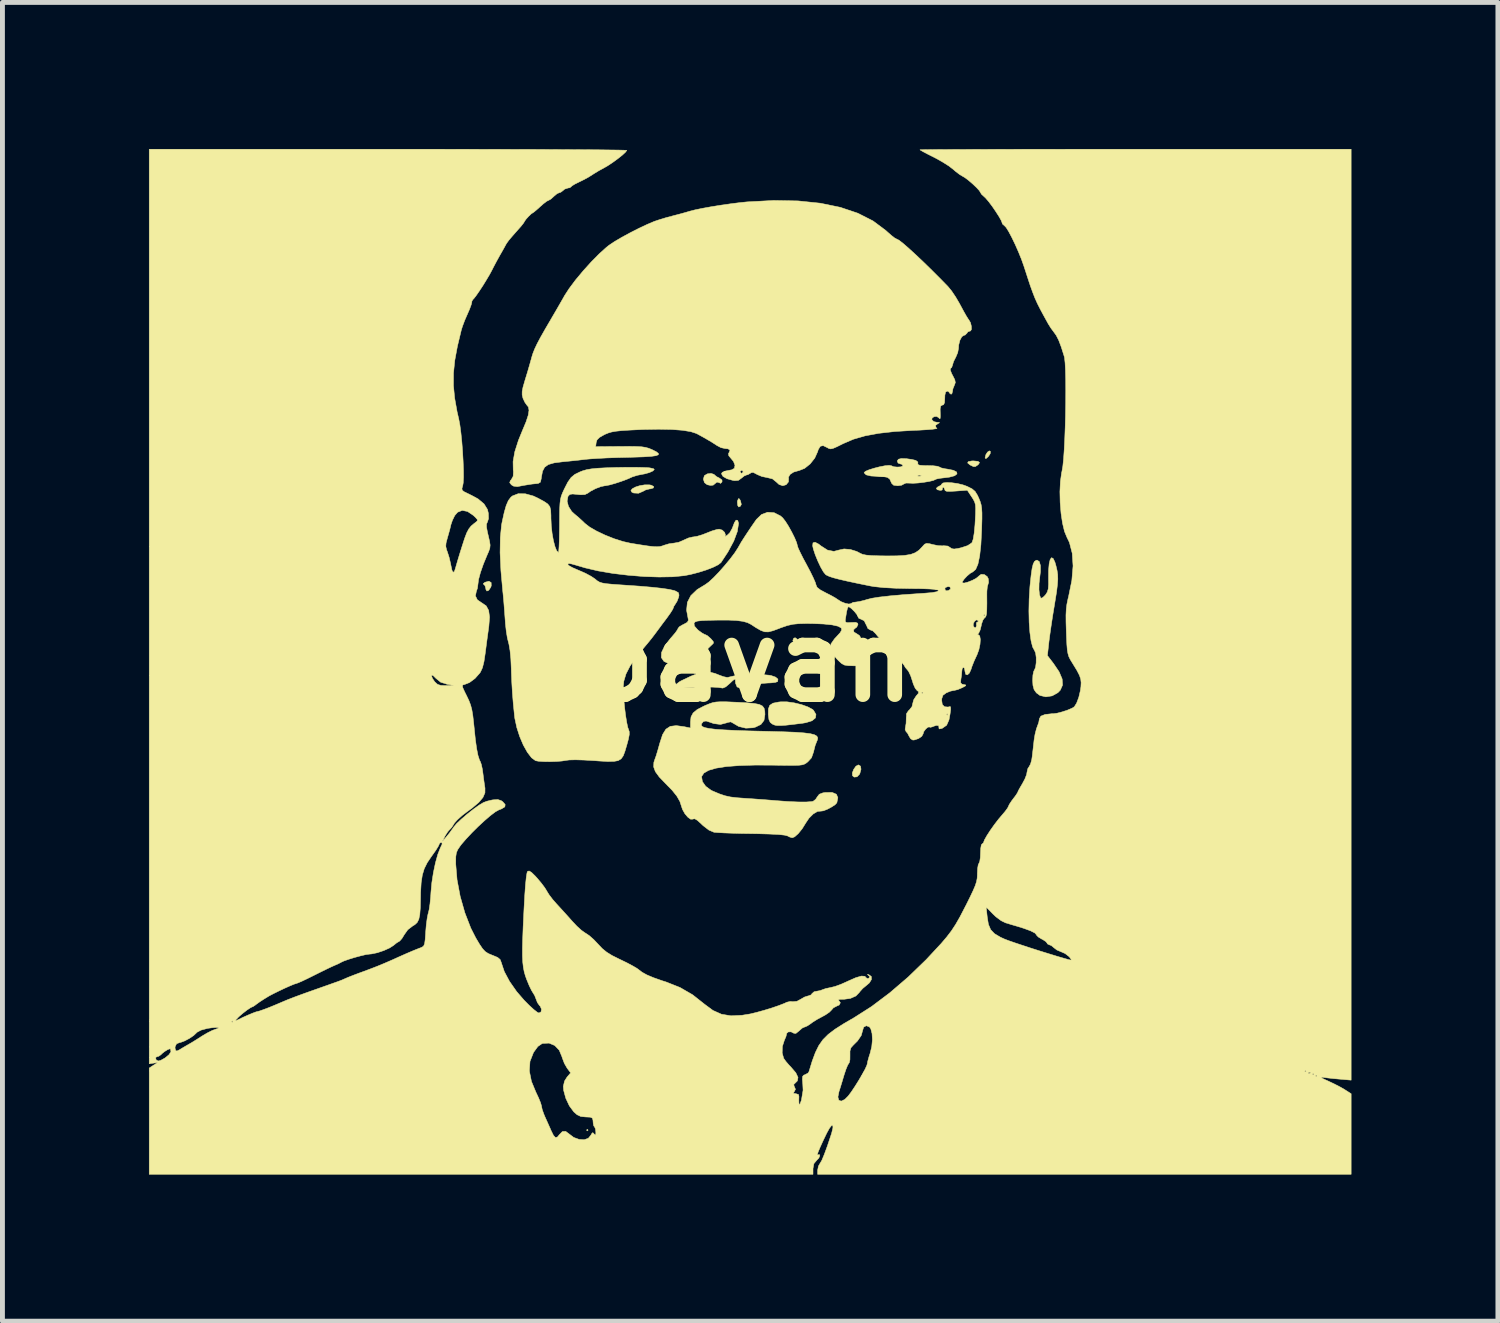
<source format=kicad_pcb>
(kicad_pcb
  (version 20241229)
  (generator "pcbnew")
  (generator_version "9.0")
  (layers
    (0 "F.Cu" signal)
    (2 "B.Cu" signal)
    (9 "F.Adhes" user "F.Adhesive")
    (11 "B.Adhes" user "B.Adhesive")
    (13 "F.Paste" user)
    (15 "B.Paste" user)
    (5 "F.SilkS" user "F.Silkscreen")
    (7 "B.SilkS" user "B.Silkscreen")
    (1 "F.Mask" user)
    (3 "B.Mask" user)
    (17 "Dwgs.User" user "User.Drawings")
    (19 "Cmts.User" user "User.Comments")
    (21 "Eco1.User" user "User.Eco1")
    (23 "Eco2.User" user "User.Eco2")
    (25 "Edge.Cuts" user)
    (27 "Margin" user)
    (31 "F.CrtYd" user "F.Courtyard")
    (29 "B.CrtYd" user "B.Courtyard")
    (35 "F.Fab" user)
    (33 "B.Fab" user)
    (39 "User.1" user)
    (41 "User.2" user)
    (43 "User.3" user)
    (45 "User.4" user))
  (footprint "pavan"
    (layer "F.Cu")
    (at 12.292 10.482)
    (property "Reference" "pavan" (at 0 0 0) (layer "F.SilkS") (effects (font (size 1.524 1.524) (thickness 0.3))))
    (attr through_hole)
    (fp_poly (pts (xy -3.302 9.604) (xy -3.318 9.62) (xy -3.334 9.604) (xy -3.318 9.588) (xy -3.302 9.604)) (stroke (width 0.01) (type solid)) (fill yes) (layer "F.SilkS"))
    (fp_poly (pts (xy 0.975 -0.45) (xy 0.984 -0.413) (xy 0.968 -0.357) (xy 0.929 -0.356) (xy 0.91 -0.37) (xy 0.889 -0.421) (xy 0.907 -0.466) (xy 0.937 -0.476) (xy 0.975 -0.45)) (stroke (width 0.01) (type solid)) (fill yes) (layer "F.SilkS"))
    (fp_poly (pts (xy -0.198 -3.309) (xy -0.182 -3.277) (xy -0.165 -3.206) (xy -0.184 -3.169) (xy -0.219 -3.153) (xy -0.24 -3.186) (xy -0.247 -3.26) (xy -0.238 -3.294) (xy -0.218 -3.328) (xy -0.198 -3.309)) (stroke (width 0.01) (type solid)) (fill yes) (layer "F.SilkS"))
    (fp_poly (pts (xy 4.934 -4.291) (xy 4.93 -4.245) (xy 4.891 -4.185) (xy 4.845 -4.144) (xy 4.827 -4.152) (xy 4.826 -4.163) (xy 4.841 -4.224) (xy 4.874 -4.276) (xy 4.912 -4.302) (xy 4.934 -4.291)) (stroke (width 0.01) (type solid)) (fill yes) (layer "F.SilkS"))
    (fp_poly (pts (xy -5.287 -1.606) (xy -5.285 -1.54) (xy -5.295 -1.51) (xy -5.337 -1.447) (xy -5.375 -1.432) (xy -5.396 -1.469) (xy -5.397 -1.49) (xy -5.415 -1.546) (xy -5.437 -1.564) (xy -5.448 -1.585) (xy -5.412 -1.612) (xy -5.333 -1.633) (xy -5.287 -1.606)) (stroke (width 0.01) (type solid)) (fill yes) (layer "F.SilkS"))
    (fp_poly (pts (xy 2.274 2.152) (xy 2.285 2.216) (xy 2.262 2.301) (xy 2.253 2.32) (xy 2.203 2.371) (xy 2.145 2.377) (xy 2.111 2.349) (xy 2.107 2.292) (xy 2.135 2.219) (xy 2.18 2.155) (xy 2.229 2.127) (xy 2.23 2.127) (xy 2.274 2.152)) (stroke (width 0.01) (type solid)) (fill yes) (layer "F.SilkS"))
    (fp_poly (pts (xy 4.68 -4.087) (xy 4.712 -4.061) (xy 4.684 -4.02) (xy 4.675 -4.013) (xy 4.627 -3.981) (xy 4.588 -3.979) (xy 4.528 -4.008) (xy 4.517 -4.014) (xy 4.468 -4.054) (xy 4.48 -4.081) (xy 4.551 -4.095) (xy 4.588 -4.096) (xy 4.68 -4.087)) (stroke (width 0.01) (type solid)) (fill yes) (layer "F.SilkS"))
    (fp_poly (pts (xy -2.048 -3.606) (xy -2.009 -3.599) (xy -1.959 -3.572) (xy -1.965 -3.543) (xy -2.02 -3.525) (xy -2.042 -3.523) (xy -2.123 -3.503) (xy -2.173 -3.476) (xy -2.269 -3.434) (xy -2.369 -3.439) (xy -2.406 -3.456) (xy -2.426 -3.49) (xy -2.396 -3.527) (xy -2.33 -3.562) (xy -2.241 -3.59) (xy -2.143 -3.606) (xy -2.048 -3.606)) (stroke (width 0.01) (type solid)) (fill yes) (layer "F.SilkS"))
    (fp_poly (pts (xy -0.724 -3.82) (xy -0.713 -3.808) (xy -0.669 -3.772) (xy -0.617 -3.746) (xy -0.561 -3.706) (xy -0.56 -3.667) (xy -0.589 -3.636) (xy -0.619 -3.651) (xy -0.665 -3.663) (xy -0.698 -3.636) (xy -0.741 -3.6) (xy -0.798 -3.595) (xy -0.864 -3.609) (xy -0.92 -3.652) (xy -0.942 -3.723) (xy -0.922 -3.793) (xy -0.919 -3.796) (xy -0.861 -3.831) (xy -0.785 -3.84) (xy -0.724 -3.82)) (stroke (width 0.01) (type solid)) (fill yes) (layer "F.SilkS"))
    (fp_poly (pts (xy 0.768 0.836) (xy 0.916 0.857) (xy 1.066 0.893) (xy 1.197 0.94) (xy 1.292 0.991) (xy 1.313 1.01) (xy 1.363 1.095) (xy 1.352 1.166) (xy 1.283 1.223) (xy 1.156 1.263) (xy 1.084 1.275) (xy 0.888 1.299) (xy 0.744 1.315) (xy 0.642 1.322) (xy 0.571 1.322) (xy 0.521 1.313) (xy 0.481 1.297) (xy 0.476 1.295) (xy 0.427 1.258) (xy 0.4 1.2) (xy 0.388 1.103) (xy 0.387 1.092) (xy 0.389 0.979) (xy 0.417 0.907) (xy 0.482 0.864) (xy 0.596 0.841) (xy 0.641 0.836) (xy 0.768 0.836)) (stroke (width 0.01) (type solid)) (fill yes) (layer "F.SilkS"))
    (fp_poly (pts (xy -0.815 0.227) (xy -0.703 0.255) (xy -0.626 0.286) (xy -0.534 0.32) (xy -0.462 0.336) (xy -0.44 0.335) (xy -0.308 0.304) (xy -0.136 0.284) (xy 0.055 0.274) (xy 0.242 0.276) (xy 0.402 0.291) (xy 0.444 0.298) (xy 0.536 0.33) (xy 0.584 0.372) (xy 0.579 0.417) (xy 0.574 0.423) (xy 0.53 0.438) (xy 0.443 0.448) (xy 0.371 0.451) (xy 0.247 0.46) (xy 0.184 0.486) (xy 0.178 0.496) (xy 0.139 0.523) (xy 0.11 0.519) (xy 0.049 0.516) (xy -0.04 0.533) (xy -0.065 0.54) (xy -0.178 0.56) (xy -0.252 0.531) (xy -0.284 0.454) (xy -0.286 0.423) (xy -0.288 0.381) (xy -0.304 0.373) (xy -0.343 0.403) (xy -0.402 0.459) (xy -0.484 0.529) (xy -0.544 0.555) (xy -0.585 0.549) (xy -0.643 0.541) (xy -0.748 0.535) (xy -0.881 0.533) (xy -1.026 0.534) (xy -1.165 0.539) (xy -1.28 0.546) (xy -1.333 0.552) (xy -1.419 0.556) (xy -1.47 0.55) (xy -1.514 0.521) (xy -1.5 0.478) (xy -1.431 0.425) (xy -1.395 0.405) (xy -1.203 0.313) (xy -1.052 0.254) (xy -0.926 0.226) (xy -0.815 0.227)) (stroke (width 0.01) (type solid)) (fill yes) (layer "F.SilkS"))
    (fp_poly (pts (xy 6.219 -2.098) (xy 6.255 -2.023) (xy 6.276 -1.95) (xy 6.298 -1.857) (xy 6.311 -1.77) (xy 6.314 -1.676) (xy 6.306 -1.564) (xy 6.289 -1.42) (xy 6.259 -1.233) (xy 6.24 -1.116) (xy 6.208 -0.923) (xy 6.178 -0.725) (xy 6.152 -0.545) (xy 6.133 -0.401) (xy 6.131 -0.381) (xy 6.101 -0.111) (xy 6.223 0.048) (xy 6.341 0.222) (xy 6.403 0.369) (xy 6.411 0.493) (xy 6.365 0.597) (xy 6.316 0.648) (xy 6.198 0.714) (xy 6.069 0.734) (xy 5.949 0.706) (xy 5.875 0.652) (xy 5.828 0.585) (xy 5.805 0.499) (xy 5.799 0.399) (xy 5.804 0.291) (xy 5.821 0.211) (xy 5.835 0.185) (xy 5.859 0.128) (xy 5.871 0.035) (xy 5.872 -0.07) (xy 5.86 -0.162) (xy 5.838 -0.213) (xy 5.798 -0.287) (xy 5.766 -0.414) (xy 5.742 -0.586) (xy 5.727 -0.791) (xy 5.722 -1.022) (xy 5.727 -1.269) (xy 5.743 -1.522) (xy 5.746 -1.554) (xy 5.767 -1.751) (xy 5.787 -1.892) (xy 5.81 -1.986) (xy 5.838 -2.04) (xy 5.873 -2.062) (xy 5.89 -2.064) (xy 5.935 -2.035) (xy 5.958 -1.954) (xy 5.958 -1.828) (xy 5.945 -1.723) (xy 5.93 -1.588) (xy 5.928 -1.46) (xy 5.939 -1.357) (xy 5.961 -1.294) (xy 5.97 -1.285) (xy 6.004 -1.297) (xy 6.055 -1.346) (xy 6.063 -1.355) (xy 6.098 -1.41) (xy 6.118 -1.476) (xy 6.125 -1.572) (xy 6.124 -1.681) (xy 6.125 -1.858) (xy 6.137 -1.992) (xy 6.158 -2.079) (xy 6.186 -2.115) (xy 6.219 -2.098)) (stroke (width 0.01) (type solid)) (fill yes) (layer "F.SilkS"))
    (fp_poly (pts (xy 3.211 -4.142) (xy 3.329 -4.125) (xy 3.407 -4.106) (xy 3.449 -4.073) (xy 3.448 -4.045) (xy 3.451 -4.021) (xy 3.49 -4.007) (xy 3.575 -4.001) (xy 3.65 -4) (xy 3.762 -3.997) (xy 3.847 -3.987) (xy 3.886 -3.973) (xy 3.887 -3.973) (xy 3.926 -3.953) (xy 4.006 -3.935) (xy 4.05 -3.929) (xy 4.176 -3.904) (xy 4.243 -3.869) (xy 4.25 -3.83) (xy 4.201 -3.792) (xy 4.096 -3.764) (xy 4.01 -3.753) (xy 3.908 -3.741) (xy 3.835 -3.727) (xy 3.81 -3.717) (xy 3.768 -3.697) (xy 3.681 -3.676) (xy 3.57 -3.658) (xy 3.453 -3.644) (xy 3.349 -3.638) (xy 3.282 -3.641) (xy 3.205 -3.643) (xy 3.161 -3.623) (xy 3.161 -3.623) (xy 3.117 -3.599) (xy 3.04 -3.588) (xy 3.032 -3.588) (xy 2.952 -3.599) (xy 2.911 -3.639) (xy 2.903 -3.659) (xy 2.873 -3.724) (xy 2.824 -3.76) (xy 2.739 -3.775) (xy 2.651 -3.778) (xy 2.512 -3.786) (xy 3.443 -3.786) (xy 3.474 -3.781) (xy 3.515 -3.787) (xy 3.516 -3.797) (xy 3.473 -3.805) (xy 3.455 -3.8) (xy 3.443 -3.786) (xy 2.512 -3.786) (xy 2.49 -3.787) (xy 2.39 -3.811) (xy 2.35 -3.851) (xy 2.349 -3.858) (xy 2.378 -3.884) (xy 2.452 -3.915) (xy 2.555 -3.947) (xy 2.668 -3.976) (xy 2.776 -3.997) (xy 2.86 -4.005) (xy 2.904 -3.998) (xy 2.952 -3.977) (xy 3.025 -3.97) (xy 3.096 -3.974) (xy 3.139 -3.991) (xy 3.143 -4) (xy 3.118 -4.029) (xy 3.097 -4.032) (xy 3.043 -4.052) (xy 3.027 -4.095) (xy 3.052 -4.131) (xy 3.112 -4.145) (xy 3.211 -4.142)) (stroke (width 0.01) (type solid)) (fill yes) (layer "F.SilkS"))
    (fp_poly (pts (xy -0.484 0.835) (xy -0.325 0.842) (xy -0.249 0.845) (xy -0.046 0.856) (xy 0.102 0.87) (xy 0.203 0.89) (xy 0.267 0.922) (xy 0.301 0.967) (xy 0.315 1.031) (xy 0.318 1.095) (xy 0.299 1.216) (xy 0.236 1.299) (xy 0.123 1.354) (xy 0.074 1.367) (xy -0.073 1.375) (xy -0.219 1.34) (xy -0.326 1.277) (xy -0.381 1.246) (xy -0.446 1.258) (xy -0.462 1.265) (xy -0.592 1.299) (xy -0.731 1.281) (xy -0.801 1.256) (xy -0.885 1.229) (xy -0.936 1.236) (xy -0.948 1.246) (xy -0.978 1.283) (xy -0.985 1.315) (xy -0.965 1.342) (xy -0.912 1.364) (xy -0.824 1.382) (xy -0.695 1.398) (xy -0.522 1.41) (xy -0.299 1.421) (xy -0.023 1.431) (xy 0.311 1.439) (xy 0.429 1.442) (xy 0.715 1.45) (xy 0.943 1.459) (xy 1.118 1.472) (xy 1.246 1.488) (xy 1.332 1.51) (xy 1.381 1.539) (xy 1.399 1.575) (xy 1.391 1.619) (xy 1.38 1.643) (xy 1.345 1.733) (xy 1.318 1.841) (xy 1.315 1.857) (xy 1.271 1.982) (xy 1.196 2.064) (xy 1.16 2.092) (xy 1.125 2.112) (xy 1.08 2.126) (xy 1.016 2.134) (xy 0.922 2.137) (xy 0.789 2.137) (xy 0.607 2.135) (xy 0.509 2.133) (xy 0.122 2.131) (xy -0.205 2.141) (xy -0.472 2.161) (xy -0.681 2.194) (xy -0.833 2.238) (xy -0.931 2.294) (xy -0.976 2.362) (xy -0.978 2.373) (xy -0.962 2.47) (xy -0.895 2.565) (xy -0.787 2.645) (xy -0.75 2.663) (xy -0.612 2.721) (xy -0.499 2.759) (xy -0.385 2.784) (xy -0.249 2.8) (xy -0.111 2.81) (xy 0.067 2.822) (xy 0.274 2.837) (xy 0.476 2.853) (xy 0.556 2.86) (xy 0.792 2.877) (xy 0.996 2.886) (xy 1.158 2.887) (xy 1.271 2.879) (xy 1.305 2.872) (xy 1.356 2.833) (xy 1.39 2.781) (xy 1.431 2.728) (xy 1.504 2.7) (xy 1.561 2.691) (xy 1.697 2.692) (xy 1.781 2.728) (xy 1.811 2.799) (xy 1.79 2.903) (xy 1.753 2.943) (xy 1.679 2.991) (xy 1.592 3.037) (xy 1.514 3.067) (xy 1.469 3.073) (xy 1.395 3.079) (xy 1.307 3.131) (xy 1.219 3.219) (xy 1.157 3.311) (xy 1.08 3.435) (xy 0.999 3.535) (xy 0.925 3.6) (xy 0.876 3.619) (xy 0.823 3.603) (xy 0.778 3.58) (xy 0.718 3.565) (xy 0.595 3.552) (xy 0.41 3.543) (xy 0.164 3.536) (xy 0.048 3.534) (xy -0.159 3.531) (xy -0.35 3.526) (xy -0.515 3.52) (xy -0.641 3.513) (xy -0.718 3.507) (xy -0.728 3.505) (xy -0.829 3.462) (xy -0.945 3.373) (xy -0.976 3.344) (xy -1.061 3.265) (xy -1.117 3.231) (xy -1.154 3.235) (xy -1.158 3.238) (xy -1.203 3.239) (xy -1.261 3.197) (xy -1.321 3.126) (xy -1.369 3.04) (xy -1.386 2.99) (xy -1.423 2.876) (xy -1.485 2.767) (xy -1.58 2.648) (xy -1.716 2.509) (xy -1.845 2.375) (xy -1.925 2.265) (xy -1.96 2.169) (xy -1.956 2.076) (xy -1.937 2.018) (xy -1.909 1.94) (xy -1.874 1.824) (xy -1.837 1.692) (xy -1.831 1.672) (xy -1.777 1.506) (xy -1.71 1.397) (xy -1.62 1.338) (xy -1.497 1.323) (xy -1.331 1.346) (xy -1.326 1.347) (xy -1.206 1.372) (xy -1.206 1.245) (xy -1.195 1.144) (xy -1.152 1.064) (xy -1.07 0.995) (xy -0.937 0.926) (xy -0.9 0.909) (xy -0.82 0.876) (xy -0.753 0.853) (xy -0.684 0.84) (xy -0.599 0.835) (xy -0.484 0.835)) (stroke (width 0.01) (type solid)) (fill yes) (layer "F.SilkS"))
    (fp_poly (pts (xy -2.189 -3.962) (xy -2.081 -3.958) (xy -2.036 -3.953) (xy -1.964 -3.937) (xy -1.947 -3.92) (xy -1.975 -3.892) (xy -1.981 -3.888) (xy -2.049 -3.857) (xy -2.147 -3.83) (xy -2.187 -3.823) (xy -2.296 -3.801) (xy -2.392 -3.771) (xy -2.415 -3.761) (xy -2.508 -3.72) (xy -2.629 -3.675) (xy -2.755 -3.634) (xy -2.868 -3.603) (xy -2.946 -3.588) (xy -2.955 -3.588) (xy -3.039 -3.571) (xy -3.148 -3.53) (xy -3.253 -3.475) (xy -3.309 -3.435) (xy -3.368 -3.407) (xy -3.46 -3.403) (xy -3.522 -3.41) (xy -3.619 -3.419) (xy -3.673 -3.411) (xy -3.706 -3.381) (xy -3.715 -3.365) (xy -3.732 -3.272) (xy -3.704 -3.164) (xy -3.638 -3.061) (xy -3.582 -3.009) (xy -3.5 -2.941) (xy -3.406 -2.855) (xy -3.37 -2.819) (xy -3.271 -2.742) (xy -3.127 -2.659) (xy -2.954 -2.577) (xy -2.768 -2.503) (xy -2.585 -2.445) (xy -2.435 -2.411) (xy -2.232 -2.378) (xy -2.08 -2.355) (xy -1.97 -2.342) (xy -1.891 -2.339) (xy -1.832 -2.343) (xy -1.784 -2.355) (xy -1.751 -2.368) (xy -1.647 -2.399) (xy -1.546 -2.413) (xy -1.544 -2.413) (xy -1.448 -2.43) (xy -1.349 -2.472) (xy -1.341 -2.477) (xy -1.246 -2.519) (xy -1.155 -2.54) (xy -1.146 -2.54) (xy -1.068 -2.553) (xy -0.96 -2.586) (xy -0.876 -2.619) (xy -0.767 -2.662) (xy -0.67 -2.691) (xy -0.619 -2.699) (xy -0.555 -2.679) (xy -0.507 -2.633) (xy -0.49 -2.58) (xy -0.501 -2.556) (xy -0.497 -2.551) (xy -0.458 -2.571) (xy -0.402 -2.624) (xy -0.352 -2.714) (xy -0.306 -2.834) (xy -0.273 -2.884) (xy -0.239 -2.877) (xy -0.222 -2.819) (xy -0.222 -2.816) (xy -0.247 -2.651) (xy -0.32 -2.455) (xy -0.439 -2.233) (xy -0.582 -2.015) (xy -0.639 -1.97) (xy -0.744 -1.918) (xy -0.883 -1.864) (xy -1.042 -1.814) (xy -1.205 -1.772) (xy -1.333 -1.747) (xy -1.568 -1.724) (xy -1.847 -1.719) (xy -2.155 -1.729) (xy -2.476 -1.755) (xy -2.795 -1.793) (xy -3.095 -1.844) (xy -3.36 -1.906) (xy -3.418 -1.923) (xy -3.554 -1.963) (xy -3.64 -1.987) (xy -3.688 -1.996) (xy -3.709 -1.993) (xy -3.715 -1.978) (xy -3.715 -1.971) (xy -3.687 -1.947) (xy -3.615 -1.908) (xy -3.511 -1.863) (xy -3.485 -1.852) (xy -3.357 -1.796) (xy -3.24 -1.733) (xy -3.157 -1.677) (xy -3.154 -1.674) (xy -3.113 -1.64) (xy -3.07 -1.615) (xy -3.014 -1.597) (xy -2.935 -1.583) (xy -2.82 -1.572) (xy -2.659 -1.56) (xy -2.567 -1.554) (xy -2.251 -1.532) (xy -1.994 -1.51) (xy -1.794 -1.488) (xy -1.645 -1.466) (xy -1.543 -1.443) (xy -1.515 -1.433) (xy -1.454 -1.399) (xy -1.441 -1.35) (xy -1.448 -1.31) (xy -1.479 -1.226) (xy -1.512 -1.172) (xy -1.548 -1.117) (xy -1.556 -1.09) (xy -1.574 -1.051) (xy -1.621 -0.977) (xy -1.688 -0.883) (xy -1.697 -0.871) (xy -1.783 -0.757) (xy -1.867 -0.643) (xy -1.928 -0.561) (xy -2 -0.466) (xy -2.09 -0.355) (xy -2.144 -0.291) (xy -2.317 -0.08) (xy -2.443 0.103) (xy -2.526 0.264) (xy -2.571 0.413) (xy -2.582 0.521) (xy -2.58 0.646) (xy -2.57 0.797) (xy -2.554 0.96) (xy -2.534 1.118) (xy -2.512 1.255) (xy -2.491 1.357) (xy -2.476 1.398) (xy -2.46 1.446) (xy -2.46 1.511) (xy -2.479 1.607) (xy -2.509 1.717) (xy -2.547 1.846) (xy -2.582 1.94) (xy -2.626 2.003) (xy -2.688 2.04) (xy -2.778 2.056) (xy -2.907 2.057) (xy -3.085 2.047) (xy -3.178 2.04) (xy -3.387 2.028) (xy -3.559 2.023) (xy -3.687 2.026) (xy -3.757 2.035) (xy -3.837 2.048) (xy -3.953 2.057) (xy -4.086 2.061) (xy -4.215 2.059) (xy -4.32 2.052) (xy -4.378 2.041) (xy -4.46 1.981) (xy -4.545 1.87) (xy -4.628 1.722) (xy -4.702 1.548) (xy -4.762 1.362) (xy -4.802 1.176) (xy -4.81 1.111) (xy -4.835 0.861) (xy -4.852 0.648) (xy -4.864 0.447) (xy -4.873 0.231) (xy -4.875 0.158) (xy -4.884 -0.045) (xy -4.901 -0.217) (xy -4.923 -0.345) (xy -4.933 -0.382) (xy -4.956 -0.477) (xy -4.978 -0.613) (xy -4.995 -0.767) (xy -5 -0.841) (xy -5.013 -1.018) (xy -5.028 -1.211) (xy -5.044 -1.384) (xy -5.049 -1.429) (xy -5.087 -1.849) (xy -5.104 -2.217) (xy -5.099 -2.529) (xy -5.074 -2.785) (xy -5.063 -2.842) (xy -5.02 -3.039) (xy -4.979 -3.183) (xy -4.935 -3.284) (xy -4.884 -3.352) (xy -4.851 -3.379) (xy -4.735 -3.424) (xy -4.588 -3.423) (xy -4.424 -3.378) (xy -4.328 -3.333) (xy -4.206 -3.267) (xy -4.128 -3.214) (xy -4.086 -3.16) (xy -4.068 -3.088) (xy -4.063 -2.981) (xy -4.063 -2.925) (xy -4.056 -2.77) (xy -4.039 -2.612) (xy -4.013 -2.467) (xy -3.981 -2.345) (xy -3.947 -2.259) (xy -3.913 -2.223) (xy -3.909 -2.223) (xy -3.903 -2.253) (xy -3.897 -2.336) (xy -3.892 -2.462) (xy -3.889 -2.622) (xy -3.887 -2.77) (xy -3.886 -2.969) (xy -3.884 -3.117) (xy -3.878 -3.226) (xy -3.868 -3.307) (xy -3.852 -3.374) (xy -3.827 -3.439) (xy -3.793 -3.513) (xy -3.788 -3.524) (xy -3.717 -3.662) (xy -3.651 -3.756) (xy -3.574 -3.82) (xy -3.469 -3.871) (xy -3.413 -3.893) (xy -3.334 -3.916) (xy -3.236 -3.933) (xy -3.109 -3.946) (xy -2.94 -3.955) (xy -2.72 -3.962) (xy -2.702 -3.962) (xy -2.512 -3.965) (xy -2.337 -3.965) (xy -2.189 -3.962)) (stroke (width 0.01) (type solid)) (fill yes) (layer "F.SilkS"))
    (fp_poly (pts (xy 0.996 -9.419) (xy 1.451 -9.372) (xy 1.86 -9.288) (xy 2.22 -9.167) (xy 2.531 -9.009) (xy 2.792 -8.814) (xy 2.816 -8.792) (xy 2.903 -8.715) (xy 2.975 -8.659) (xy 3.019 -8.636) (xy 3.02 -8.636) (xy 3.063 -8.614) (xy 3.144 -8.551) (xy 3.257 -8.453) (xy 3.397 -8.325) (xy 3.558 -8.173) (xy 3.734 -8.001) (xy 3.92 -7.815) (xy 4.065 -7.666) (xy 4.139 -7.576) (xy 4.223 -7.451) (xy 4.302 -7.316) (xy 4.318 -7.286) (xy 4.382 -7.167) (xy 4.439 -7.066) (xy 4.481 -6.999) (xy 4.491 -6.986) (xy 4.526 -6.927) (xy 4.544 -6.854) (xy 4.546 -6.79) (xy 4.527 -6.756) (xy 4.516 -6.755) (xy 4.471 -6.738) (xy 4.457 -6.715) (xy 4.416 -6.673) (xy 4.393 -6.668) (xy 4.349 -6.639) (xy 4.31 -6.567) (xy 4.285 -6.47) (xy 4.281 -6.403) (xy 4.265 -6.314) (xy 4.225 -6.219) (xy 4.221 -6.212) (xy 4.18 -6.131) (xy 4.16 -6.065) (xy 4.159 -6.059) (xy 4.14 -6.006) (xy 4.122 -5.994) (xy 4.111 -5.961) (xy 4.141 -5.882) (xy 4.16 -5.847) (xy 4.205 -5.758) (xy 4.216 -5.7) (xy 4.199 -5.652) (xy 4.198 -5.65) (xy 4.166 -5.572) (xy 4.159 -5.525) (xy 4.146 -5.473) (xy 4.128 -5.461) (xy 4.097 -5.485) (xy 4.096 -5.493) (xy 4.07 -5.521) (xy 4.048 -5.524) (xy 4.017 -5.506) (xy 4.002 -5.442) (xy 4 -5.382) (xy 3.995 -5.289) (xy 3.975 -5.246) (xy 3.95 -5.239) (xy 3.917 -5.221) (xy 3.905 -5.161) (xy 3.906 -5.12) (xy 3.909 -5.014) (xy 3.905 -4.964) (xy 3.891 -4.961) (xy 3.877 -4.98) (xy 3.833 -5.007) (xy 3.779 -5.001) (xy 3.739 -4.972) (xy 3.736 -4.936) (xy 3.777 -4.9) (xy 3.837 -4.887) (xy 3.89 -4.883) (xy 3.883 -4.871) (xy 3.863 -4.862) (xy 3.811 -4.824) (xy 3.819 -4.781) (xy 3.841 -4.763) (xy 3.823 -4.755) (xy 3.752 -4.745) (xy 3.636 -4.735) (xy 3.485 -4.726) (xy 3.359 -4.721) (xy 2.976 -4.698) (xy 2.648 -4.661) (xy 2.368 -4.609) (xy 2.129 -4.54) (xy 1.924 -4.452) (xy 1.913 -4.447) (xy 1.793 -4.387) (xy 1.715 -4.353) (xy 1.663 -4.342) (xy 1.623 -4.352) (xy 1.597 -4.367) (xy 1.51 -4.409) (xy 1.451 -4.396) (xy 1.409 -4.326) (xy 1.397 -4.285) (xy 1.338 -4.154) (xy 1.244 -4.035) (xy 1.131 -3.944) (xy 1.016 -3.898) (xy 1.009 -3.897) (xy 0.907 -3.868) (xy 0.833 -3.82) (xy 0.8 -3.763) (xy 0.803 -3.738) (xy 0.8 -3.667) (xy 0.752 -3.609) (xy 0.684 -3.588) (xy 0.608 -3.613) (xy 0.55 -3.666) (xy 0.472 -3.729) (xy 0.365 -3.755) (xy 0.257 -3.777) (xy 0.159 -3.818) (xy 0.149 -3.824) (xy 0.078 -3.861) (xy 0.033 -3.854) (xy 0.024 -3.846) (xy -0.032 -3.814) (xy -0.054 -3.81) (xy -0.105 -3.789) (xy -0.162 -3.744) (xy -0.225 -3.698) (xy -0.302 -3.692) (xy -0.34 -3.698) (xy -0.46 -3.732) (xy -0.541 -3.779) (xy -0.571 -3.832) (xy -0.572 -3.833) (xy -0.555 -3.863) (xy -0.53 -3.873) (xy -0.191 -3.873) (xy -0.166 -3.843) (xy -0.159 -3.842) (xy -0.128 -3.866) (xy -0.127 -3.873) (xy -0.151 -3.904) (xy -0.159 -3.905) (xy -0.19 -3.881) (xy -0.191 -3.873) (xy -0.53 -3.873) (xy -0.497 -3.887) (xy -0.389 -3.909) (xy -0.365 -3.912) (xy -0.308 -3.944) (xy -0.295 -4.007) (xy -0.326 -4.086) (xy -0.368 -4.137) (xy -0.422 -4.202) (xy -0.429 -4.246) (xy -0.417 -4.265) (xy -0.397 -4.315) (xy -0.436 -4.343) (xy -0.5 -4.35) (xy -0.582 -4.368) (xy -0.662 -4.41) (xy -0.767 -4.478) (xy -0.904 -4.559) (xy -1.049 -4.639) (xy -1.085 -4.658) (xy -1.199 -4.695) (xy -1.369 -4.723) (xy -1.591 -4.74) (xy -1.857 -4.745) (xy -2.163 -4.74) (xy -2.255 -4.736) (xy -2.462 -4.726) (xy -2.616 -4.716) (xy -2.731 -4.704) (xy -2.817 -4.689) (xy -2.886 -4.669) (xy -2.95 -4.643) (xy -2.969 -4.634) (xy -3.068 -4.578) (xy -3.12 -4.526) (xy -3.137 -4.472) (xy -3.147 -4.388) (xy -2.645 -4.392) (xy -2.451 -4.393) (xy -2.309 -4.391) (xy -2.205 -4.385) (xy -2.127 -4.373) (xy -2.062 -4.355) (xy -1.998 -4.329) (xy -1.987 -4.324) (xy -1.904 -4.282) (xy -1.862 -4.248) (xy -1.864 -4.222) (xy -1.913 -4.203) (xy -2.013 -4.189) (xy -2.168 -4.179) (xy -2.381 -4.172) (xy -2.5 -4.169) (xy -2.709 -4.164) (xy -2.917 -4.157) (xy -3.107 -4.147) (xy -3.262 -4.137) (xy -3.35 -4.129) (xy -3.51 -4.11) (xy -3.683 -4.092) (xy -3.826 -4.078) (xy -3.997 -4.056) (xy -4.115 -4.022) (xy -4.191 -3.968) (xy -4.235 -3.885) (xy -4.258 -3.764) (xy -4.262 -3.731) (xy -4.279 -3.661) (xy -4.323 -3.635) (xy -4.35 -3.632) (xy -4.452 -3.622) (xy -4.597 -3.599) (xy -4.752 -3.57) (xy -4.829 -3.58) (xy -4.873 -3.607) (xy -4.907 -3.651) (xy -4.895 -3.689) (xy -4.871 -3.718) (xy -4.836 -3.782) (xy -4.831 -3.876) (xy -4.835 -3.911) (xy -4.838 -4.083) (xy -4.803 -4.283) (xy -4.728 -4.518) (xy -4.649 -4.712) (xy -4.572 -4.896) (xy -4.527 -5.034) (xy -4.512 -5.133) (xy -4.525 -5.201) (xy -4.555 -5.237) (xy -4.595 -5.293) (xy -4.634 -5.376) (xy -4.637 -5.385) (xy -4.652 -5.448) (xy -4.652 -5.516) (xy -4.635 -5.605) (xy -4.598 -5.733) (xy -4.59 -5.76) (xy -4.544 -5.91) (xy -4.499 -6.065) (xy -4.463 -6.193) (xy -4.459 -6.21) (xy -4.433 -6.294) (xy -4.397 -6.386) (xy -4.346 -6.494) (xy -4.275 -6.628) (xy -4.179 -6.797) (xy -4.055 -7.009) (xy -4.036 -7.042) (xy -3.968 -7.158) (xy -3.885 -7.302) (xy -3.802 -7.447) (xy -3.786 -7.477) (xy -3.69 -7.625) (xy -3.559 -7.8) (xy -3.404 -7.986) (xy -3.239 -8.169) (xy -3.075 -8.335) (xy -2.927 -8.469) (xy -2.874 -8.511) (xy -2.765 -8.584) (xy -2.614 -8.673) (xy -2.439 -8.768) (xy -2.258 -8.86) (xy -2.088 -8.94) (xy -1.946 -9) (xy -1.937 -9.003) (xy -1.832 -9.038) (xy -1.696 -9.079) (xy -1.556 -9.116) (xy -1.556 -9.116) (xy -1.425 -9.15) (xy -1.306 -9.183) (xy -1.221 -9.208) (xy -1.217 -9.209) (xy -1.116 -9.235) (xy -0.967 -9.266) (xy -0.785 -9.299) (xy -0.586 -9.331) (xy -0.384 -9.36) (xy -0.194 -9.384) (xy -0.048 -9.399) (xy 0.496 -9.428) (xy 0.996 -9.419)) (stroke (width 0.01) (type solid)) (fill yes) (layer "F.SilkS"))
    (fp_poly (pts (xy 4.142 -3.649) (xy 4.259 -3.633) (xy 4.374 -3.605) (xy 4.454 -3.576) (xy 4.557 -3.525) (xy 4.621 -3.471) (xy 4.67 -3.391) (xy 4.697 -3.332) (xy 4.725 -3.263) (xy 4.744 -3.199) (xy 4.755 -3.127) (xy 4.761 -3.035) (xy 4.761 -2.909) (xy 4.756 -2.736) (xy 4.754 -2.669) (xy 4.739 -2.379) (xy 4.714 -2.151) (xy 4.679 -1.983) (xy 4.633 -1.876) (xy 4.577 -1.827) (xy 4.577 -1.827) (xy 4.521 -1.795) (xy 4.456 -1.74) (xy 4.398 -1.678) (xy 4.361 -1.625) (xy 4.359 -1.599) (xy 4.401 -1.596) (xy 4.476 -1.616) (xy 4.564 -1.651) (xy 4.642 -1.692) (xy 4.69 -1.731) (xy 4.694 -1.736) (xy 4.744 -1.774) (xy 4.811 -1.769) (xy 4.869 -1.727) (xy 4.891 -1.683) (xy 4.897 -1.61) (xy 4.885 -1.569) (xy 4.871 -1.52) (xy 4.862 -1.431) (xy 4.861 -1.363) (xy 4.862 -1.182) (xy 4.86 -1.055) (xy 4.855 -0.971) (xy 4.844 -0.92) (xy 4.827 -0.892) (xy 4.814 -0.883) (xy 4.781 -0.838) (xy 4.752 -0.755) (xy 4.746 -0.722) (xy 4.724 -0.634) (xy 4.696 -0.574) (xy 4.687 -0.564) (xy 4.671 -0.543) (xy 4.685 -0.54) (xy 4.716 -0.512) (xy 4.728 -0.441) (xy 4.721 -0.341) (xy 4.698 -0.231) (xy 4.659 -0.125) (xy 4.652 -0.111) (xy 4.599 0.004) (xy 4.554 0.118) (xy 4.539 0.167) (xy 4.504 0.247) (xy 4.463 0.284) (xy 4.429 0.274) (xy 4.413 0.213) (xy 4.413 0.206) (xy 4.402 0.147) (xy 4.381 0.127) (xy 4.357 0.154) (xy 4.35 0.202) (xy 4.343 0.291) (xy 4.33 0.374) (xy 4.324 0.443) (xy 4.348 0.473) (xy 4.386 0.482) (xy 4.43 0.491) (xy 4.427 0.507) (xy 4.373 0.538) (xy 4.353 0.548) (xy 4.266 0.585) (xy 4.193 0.603) (xy 4.185 0.603) (xy 4.114 0.618) (xy 4.031 0.652) (xy 3.963 0.701) (xy 3.939 0.769) (xy 3.937 0.808) (xy 3.949 0.892) (xy 3.99 0.933) (xy 4 0.937) (xy 4.068 0.943) (xy 4.099 0.934) (xy 4.118 0.938) (xy 4.121 0.987) (xy 4.108 1.085) (xy 4.086 1.206) (xy 4.038 1.315) (xy 3.948 1.378) (xy 3.94 1.381) (xy 3.886 1.391) (xy 3.878 1.368) (xy 3.881 1.359) (xy 3.874 1.324) (xy 3.827 1.318) (xy 3.762 1.34) (xy 3.752 1.346) (xy 3.705 1.358) (xy 3.691 1.352) (xy 3.656 1.354) (xy 3.61 1.392) (xy 3.57 1.446) (xy 3.556 1.492) (xy 3.529 1.542) (xy 3.462 1.588) (xy 3.379 1.616) (xy 3.347 1.619) (xy 3.302 1.593) (xy 3.271 1.543) (xy 3.236 1.476) (xy 3.207 1.445) (xy 3.188 1.4) (xy 3.195 1.355) (xy 3.208 1.276) (xy 3.211 1.177) (xy 3.211 1.169) (xy 3.217 1.095) (xy 4.032 1.095) (xy 4.048 1.111) (xy 4.064 1.095) (xy 4.048 1.079) (xy 4.032 1.095) (xy 3.217 1.095) (xy 3.218 1.075) (xy 3.259 1.015) (xy 3.273 1.005) (xy 3.329 0.934) (xy 3.342 0.876) (xy 3.363 0.796) (xy 3.414 0.716) (xy 3.415 0.715) (xy 3.462 0.66) (xy 3.463 0.651) (xy 3.524 0.651) (xy 3.54 0.667) (xy 3.556 0.651) (xy 3.54 0.635) (xy 3.524 0.651) (xy 3.463 0.651) (xy 3.466 0.629) (xy 3.434 0.606) (xy 3.395 0.559) (xy 3.356 0.472) (xy 3.336 0.407) (xy 3.301 0.301) (xy 3.259 0.213) (xy 3.234 0.181) (xy 3.19 0.13) (xy 3.175 0.101) (xy 3.154 0.07) (xy 3.098 0.003) (xy 3.014 -0.09) (xy 2.911 -0.199) (xy 2.902 -0.208) (xy 2.793 -0.324) (xy 2.695 -0.43) (xy 2.621 -0.514) (xy 2.581 -0.564) (xy 2.526 -0.617) (xy 2.477 -0.635) (xy 2.426 -0.665) (xy 2.404 -0.715) (xy 4.583 -0.715) (xy 4.614 -0.68) (xy 4.634 -0.682) (xy 4.651 -0.723) (xy 4.647 -0.747) (xy 4.649 -0.787) (xy 4.666 -0.794) (xy 4.687 -0.813) (xy 4.681 -0.829) (xy 4.648 -0.842) (xy 4.61 -0.814) (xy 4.583 -0.765) (xy 4.583 -0.715) (xy 2.404 -0.715) (xy 2.393 -0.738) (xy 2.35 -0.823) (xy 2.293 -0.852) (xy 2.238 -0.876) (xy 2.223 -0.906) (xy 2.208 -0.937) (xy 4.794 -0.937) (xy 4.81 -0.921) (xy 4.826 -0.937) (xy 4.81 -0.953) (xy 4.794 -0.937) (xy 2.208 -0.937) (xy 2.201 -0.951) (xy 2.15 -1.014) (xy 2.089 -1.074) (xy 2.039 -1.109) (xy 2.028 -1.111) (xy 2.009 -1.084) (xy 1.992 -1.016) (xy 1.99 -1.008) (xy 1.975 -0.915) (xy 1.963 -0.841) (xy 1.964 -0.802) (xy 1.993 -0.786) (xy 2.068 -0.787) (xy 2.088 -0.789) (xy 2.175 -0.79) (xy 2.215 -0.775) (xy 2.223 -0.748) (xy 2.197 -0.693) (xy 2.175 -0.678) (xy 2.132 -0.639) (xy 2.14 -0.592) (xy 2.191 -0.562) (xy 2.252 -0.522) (xy 2.273 -0.487) (xy 2.294 -0.43) (xy 2.332 -0.334) (xy 2.379 -0.221) (xy 2.381 -0.217) (xy 2.427 -0.106) (xy 2.449 -0.039) (xy 2.449 0.002) (xy 2.429 0.032) (xy 2.412 0.049) (xy 2.356 0.08) (xy 2.267 0.096) (xy 2.137 0.099) (xy 2.021 0.095) (xy 1.945 0.083) (xy 1.887 0.051) (xy 1.822 -0.009) (xy 1.786 -0.047) (xy 1.693 -0.162) (xy 1.654 -0.258) (xy 1.67 -0.35) (xy 1.741 -0.452) (xy 1.783 -0.497) (xy 1.857 -0.578) (xy 1.888 -0.63) (xy 1.885 -0.667) (xy 1.877 -0.678) (xy 1.815 -0.712) (xy 1.695 -0.739) (xy 1.523 -0.757) (xy 1.304 -0.766) (xy 1.173 -0.768) (xy 1.013 -0.764) (xy 0.89 -0.752) (xy 0.777 -0.726) (xy 0.648 -0.682) (xy 0.61 -0.667) (xy 0.484 -0.62) (xy 0.391 -0.596) (xy 0.313 -0.597) (xy 0.233 -0.626) (xy 0.131 -0.685) (xy 0.032 -0.75) (xy -0.04 -0.786) (xy -0.135 -0.812) (xy -0.262 -0.829) (xy -0.428 -0.837) (xy -0.644 -0.837) (xy -0.834 -0.833) (xy -0.974 -0.827) (xy -1.062 -0.817) (xy -1.111 -0.8) (xy -1.133 -0.773) (xy -1.134 -0.772) (xy -1.126 -0.716) (xy -1.063 -0.644) (xy -1.047 -0.629) (xy -0.973 -0.575) (xy -0.916 -0.543) (xy -0.904 -0.54) (xy -0.86 -0.518) (xy -0.8 -0.466) (xy -0.791 -0.458) (xy -0.742 -0.401) (xy -0.734 -0.368) (xy -0.765 -0.334) (xy -0.778 -0.323) (xy -0.839 -0.264) (xy -0.912 -0.184) (xy -0.93 -0.163) (xy -1.017 -0.073) (xy -1.118 0.012) (xy -1.135 0.023) (xy -1.207 0.066) (xy -1.274 0.088) (xy -1.361 0.093) (xy -1.468 0.087) (xy -1.638 0.06) (xy -1.749 0.008) (xy -1.803 -0.07) (xy -1.799 -0.174) (xy -1.737 -0.304) (xy -1.617 -0.461) (xy -1.583 -0.499) (xy -1.516 -0.578) (xy -1.472 -0.641) (xy -1.46 -0.668) (xy -1.434 -0.701) (xy -1.368 -0.74) (xy -1.348 -0.749) (xy -1.271 -0.792) (xy -1.248 -0.836) (xy -1.251 -0.85) (xy -1.286 -1.039) (xy -1.27 -1.2) (xy -1.199 -1.338) (xy -1.07 -1.462) (xy -0.898 -1.567) (xy -0.828 -1.618) (xy -0.731 -1.708) (xy -0.619 -1.825) (xy -0.503 -1.957) (xy -0.393 -2.09) (xy -0.3 -2.213) (xy -0.235 -2.314) (xy -0.233 -2.317) (xy -0.166 -2.435) (xy -0.076 -2.575) (xy 0.04 -2.749) (xy 0.142 -2.896) (xy 0.247 -2.998) (xy 0.372 -3.045) (xy 0.506 -3.036) (xy 0.636 -2.97) (xy 0.682 -2.93) (xy 0.735 -2.862) (xy 0.8 -2.76) (xy 0.866 -2.641) (xy 0.925 -2.523) (xy 0.967 -2.422) (xy 0.984 -2.356) (xy 0.984 -2.354) (xy 0.999 -2.31) (xy 1.039 -2.224) (xy 1.098 -2.106) (xy 1.171 -1.971) (xy 1.175 -1.963) (xy 1.248 -1.825) (xy 1.308 -1.702) (xy 1.349 -1.608) (xy 1.365 -1.555) (xy 1.365 -1.555) (xy 1.385 -1.508) (xy 1.451 -1.456) (xy 1.561 -1.397) (xy 1.669 -1.342) (xy 1.758 -1.292) (xy 1.807 -1.259) (xy 1.876 -1.215) (xy 1.959 -1.182) (xy 2.034 -1.166) (xy 2.079 -1.174) (xy 2.081 -1.177) (xy 2.124 -1.2) (xy 2.176 -1.206) (xy 2.251 -1.217) (xy 2.354 -1.242) (xy 2.401 -1.257) (xy 2.507 -1.284) (xy 2.664 -1.309) (xy 2.877 -1.333) (xy 3.147 -1.357) (xy 3.477 -1.38) (xy 3.58 -1.387) (xy 3.738 -1.4) (xy 3.837 -1.418) (xy 3.873 -1.44) (xy 3.873 -1.442) (xy 3.853 -1.456) (xy 3.789 -1.467) (xy 3.693 -1.474) (xy 4 -1.474) (xy 4.022 -1.439) (xy 4.068 -1.438) (xy 4.111 -1.467) (xy 4.12 -1.484) (xy 4.105 -1.516) (xy 4.067 -1.524) (xy 4.012 -1.504) (xy 4 -1.474) (xy 3.693 -1.474) (xy 3.675 -1.475) (xy 3.508 -1.481) (xy 3.294 -1.483) (xy 3.001 -1.489) (xy 2.755 -1.502) (xy 2.562 -1.522) (xy 2.477 -1.536) (xy 2.212 -1.59) (xy 2.002 -1.635) (xy 1.842 -1.672) (xy 1.723 -1.703) (xy 1.639 -1.73) (xy 1.584 -1.755) (xy 1.561 -1.769) (xy 1.515 -1.825) (xy 1.459 -1.923) (xy 1.401 -2.046) (xy 1.348 -2.175) (xy 1.309 -2.293) (xy 1.295 -2.358) (xy 1.302 -2.419) (xy 1.345 -2.431) (xy 1.418 -2.393) (xy 1.465 -2.356) (xy 1.599 -2.27) (xy 1.729 -2.244) (xy 1.836 -2.272) (xy 1.938 -2.294) (xy 2.067 -2.283) (xy 2.198 -2.242) (xy 2.27 -2.204) (xy 2.317 -2.183) (xy 2.39 -2.168) (xy 2.5 -2.158) (xy 2.656 -2.153) (xy 2.8 -2.151) (xy 3.016 -2.152) (xy 3.18 -2.162) (xy 3.303 -2.182) (xy 3.397 -2.217) (xy 3.472 -2.268) (xy 3.54 -2.339) (xy 3.543 -2.343) (xy 3.587 -2.391) (xy 3.629 -2.408) (xy 3.692 -2.4) (xy 3.757 -2.383) (xy 3.86 -2.362) (xy 3.949 -2.357) (xy 3.975 -2.36) (xy 4.062 -2.353) (xy 4.103 -2.327) (xy 4.142 -2.3) (xy 4.191 -2.292) (xy 4.269 -2.303) (xy 4.337 -2.319) (xy 4.468 -2.362) (xy 4.548 -2.415) (xy 4.559 -2.428) (xy 4.582 -2.496) (xy 4.602 -2.618) (xy 4.618 -2.785) (xy 4.622 -2.859) (xy 4.63 -3.016) (xy 4.632 -3.125) (xy 4.627 -3.2) (xy 4.611 -3.256) (xy 4.584 -3.309) (xy 4.551 -3.36) (xy 4.461 -3.496) (xy 4.231 -3.479) (xy 4.109 -3.472) (xy 4.039 -3.474) (xy 4.007 -3.488) (xy 4 -3.509) (xy 3.982 -3.551) (xy 3.967 -3.556) (xy 3.948 -3.537) (xy 3.953 -3.524) (xy 3.943 -3.499) (xy 3.909 -3.493) (xy 3.845 -3.506) (xy 3.827 -3.536) (xy 3.861 -3.567) (xy 3.873 -3.572) (xy 3.925 -3.6) (xy 3.937 -3.622) (xy 3.965 -3.645) (xy 4.039 -3.654) (xy 4.142 -3.649)) (stroke (width 0.01) (type solid)) (fill yes) (layer "F.SilkS"))
    (fp_poly (pts (xy -6.846 -10.477) (xy -6.312 -10.477) (xy -5.798 -10.476) (xy -5.309 -10.475) (xy -4.848 -10.474) (xy -4.418 -10.473) (xy -4.023 -10.471) (xy -3.666 -10.469) (xy -3.35 -10.467) (xy -3.08 -10.465) (xy -2.858 -10.462) (xy -2.687 -10.46) (xy -2.572 -10.457) (xy -2.515 -10.455) (xy -2.51 -10.454) (xy -2.536 -10.417) (xy -2.602 -10.356) (xy -2.694 -10.283) (xy -2.798 -10.207) (xy -2.902 -10.138) (xy -2.975 -10.096) (xy -3.083 -10.037) (xy -3.185 -9.975) (xy -3.223 -9.95) (xy -3.307 -9.898) (xy -3.419 -9.839) (xy -3.485 -9.807) (xy -3.574 -9.763) (xy -3.635 -9.725) (xy -3.651 -9.708) (xy -3.678 -9.688) (xy -3.711 -9.684) (xy -3.781 -9.661) (xy -3.81 -9.636) (xy -3.862 -9.596) (xy -3.89 -9.588) (xy -3.938 -9.567) (xy -4 -9.515) (xy -4.005 -9.51) (xy -4.065 -9.456) (xy -4.11 -9.431) (xy -4.113 -9.43) (xy -4.153 -9.41) (xy -4.221 -9.357) (xy -4.282 -9.303) (xy -4.358 -9.235) (xy -4.413 -9.189) (xy -4.433 -9.176) (xy -4.466 -9.155) (xy -4.518 -9.105) (xy -4.57 -9.048) (xy -4.601 -9.005) (xy -4.604 -8.998) (xy -4.624 -8.965) (xy -4.675 -8.9) (xy -4.739 -8.828) (xy -4.851 -8.701) (xy -4.928 -8.61) (xy -4.975 -8.544) (xy -4.995 -8.508) (xy -5.023 -8.456) (xy -5.071 -8.371) (xy -5.11 -8.303) (xy -5.177 -8.182) (xy -5.244 -8.055) (xy -5.271 -8.001) (xy -5.32 -7.91) (xy -5.386 -7.799) (xy -5.459 -7.68) (xy -5.533 -7.568) (xy -5.597 -7.476) (xy -5.643 -7.417) (xy -5.658 -7.403) (xy -5.681 -7.367) (xy -5.683 -7.344) (xy -5.696 -7.292) (xy -5.729 -7.202) (xy -5.773 -7.101) (xy -5.827 -6.977) (xy -5.873 -6.855) (xy -5.897 -6.779) (xy -5.977 -6.447) (xy -6.031 -6.157) (xy -6.058 -5.893) (xy -6.059 -5.639) (xy -6.034 -5.381) (xy -5.984 -5.101) (xy -5.95 -4.953) (xy -5.927 -4.831) (xy -5.906 -4.671) (xy -5.887 -4.486) (xy -5.872 -4.29) (xy -5.861 -4.095) (xy -5.854 -3.914) (xy -5.853 -3.759) (xy -5.859 -3.645) (xy -5.869 -3.589) (xy -5.885 -3.532) (xy -5.879 -3.495) (xy -5.837 -3.463) (xy -5.75 -3.421) (xy -5.738 -3.416) (xy -5.556 -3.319) (xy -5.433 -3.216) (xy -5.363 -3.103) (xy -5.344 -3.024) (xy -5.341 -2.914) (xy -5.364 -2.844) (xy -5.364 -2.844) (xy -5.382 -2.804) (xy -5.382 -2.74) (xy -5.363 -2.637) (xy -5.347 -2.57) (xy -5.32 -2.452) (xy -5.308 -2.373) (xy -5.314 -2.31) (xy -5.338 -2.24) (xy -5.365 -2.18) (xy -5.446 -1.984) (xy -5.507 -1.809) (xy -5.545 -1.667) (xy -5.556 -1.58) (xy -5.568 -1.489) (xy -5.59 -1.425) (xy -5.609 -1.333) (xy -5.569 -1.251) (xy -5.476 -1.188) (xy -5.475 -1.188) (xy -5.389 -1.129) (xy -5.338 -1.035) (xy -5.32 -0.898) (xy -5.334 -0.713) (xy -5.338 -0.683) (xy -5.357 -0.545) (xy -5.38 -0.375) (xy -5.402 -0.204) (xy -5.408 -0.159) (xy -5.434 0.014) (xy -5.465 0.138) (xy -5.505 0.225) (xy -5.518 0.245) (xy -5.618 0.358) (xy -5.73 0.441) (xy -5.831 0.481) (xy -5.864 0.489) (xy -5.876 0.508) (xy -5.866 0.551) (xy -5.831 0.628) (xy -5.788 0.714) (xy -5.741 0.813) (xy -5.707 0.903) (xy -5.682 0.999) (xy -5.662 1.118) (xy -5.644 1.278) (xy -5.635 1.365) (xy -5.61 1.608) (xy -5.584 1.794) (xy -5.557 1.931) (xy -5.527 2.025) (xy -5.505 2.068) (xy -5.487 2.122) (xy -5.467 2.215) (xy -5.455 2.302) (xy -5.439 2.427) (xy -5.422 2.546) (xy -5.413 2.603) (xy -5.414 2.699) (xy -5.455 2.794) (xy -5.54 2.895) (xy -5.676 3.01) (xy -5.774 3.081) (xy -5.884 3.165) (xy -5.977 3.249) (xy -6.038 3.317) (xy -6.048 3.333) (xy -6.093 3.405) (xy -6.135 3.451) (xy -6.136 3.451) (xy -6.175 3.495) (xy -6.223 3.569) (xy -6.233 3.588) (xy -6.291 3.699) (xy -6.207 3.604) (xy -6.132 3.511) (xy -6.058 3.408) (xy -6.049 3.394) (xy -5.991 3.326) (xy -5.895 3.236) (xy -5.777 3.135) (xy -5.652 3.036) (xy -5.535 2.952) (xy -5.445 2.898) (xy -5.373 2.871) (xy -5.274 2.847) (xy -5.252 2.843) (xy -5.152 2.836) (xy -5.08 2.86) (xy -5.049 2.882) (xy -5 2.939) (xy -5.007 2.986) (xy -5.075 3.028) (xy -5.133 3.05) (xy -5.201 3.088) (xy -5.301 3.164) (xy -5.421 3.267) (xy -5.552 3.388) (xy -5.682 3.517) (xy -5.801 3.644) (xy -5.899 3.758) (xy -5.924 3.792) (xy -5.972 3.863) (xy -5.999 3.927) (xy -6.011 4.007) (xy -6.012 4.125) (xy -6.012 4.157) (xy -5.985 4.479) (xy -5.921 4.819) (xy -5.825 5.156) (xy -5.704 5.468) (xy -5.603 5.667) (xy -5.524 5.8) (xy -5.463 5.89) (xy -5.408 5.949) (xy -5.346 5.989) (xy -5.265 6.023) (xy -5.251 6.028) (xy -5.154 6.069) (xy -5.103 6.112) (xy -5.079 6.174) (xy -5.079 6.176) (xy -5.018 6.358) (xy -4.911 6.559) (xy -4.765 6.768) (xy -4.612 6.945) (xy -4.508 7.05) (xy -4.415 7.135) (xy -4.344 7.19) (xy -4.309 7.207) (xy -4.266 7.184) (xy -4.256 7.13) (xy -4.281 7.07) (xy -4.299 7.051) (xy -4.34 6.993) (xy -4.365 6.928) (xy -4.397 6.846) (xy -4.429 6.795) (xy -4.461 6.742) (xy -4.506 6.65) (xy -4.553 6.536) (xy -4.558 6.525) (xy -4.588 6.441) (xy -4.611 6.359) (xy -4.628 6.269) (xy -4.64 6.165) (xy -4.646 6.038) (xy -4.646 5.881) (xy -4.641 5.686) (xy -4.632 5.445) (xy -4.618 5.15) (xy -4.614 5.069) (xy -4.599 4.798) (xy -4.584 4.585) (xy -4.568 4.431) (xy -4.553 4.337) (xy -4.541 4.307) (xy -4.509 4.299) (xy -4.461 4.328) (xy -4.386 4.401) (xy -4.346 4.445) (xy -4.261 4.546) (xy -4.189 4.642) (xy -4.145 4.714) (xy -4.145 4.715) (xy -4.1 4.787) (xy -4.027 4.883) (xy -3.948 4.973) (xy -3.846 5.084) (xy -3.729 5.213) (xy -3.626 5.329) (xy -3.532 5.429) (xy -3.438 5.514) (xy -3.362 5.568) (xy -3.354 5.572) (xy -3.279 5.622) (xy -3.186 5.704) (xy -3.098 5.797) (xy -3.012 5.888) (xy -2.922 5.961) (xy -2.811 6.03) (xy -2.66 6.105) (xy -2.641 6.114) (xy -2.507 6.179) (xy -2.389 6.242) (xy -2.303 6.292) (xy -2.271 6.316) (xy -2.197 6.372) (xy -2.1 6.426) (xy -1.967 6.482) (xy -1.789 6.545) (xy -1.706 6.571) (xy -1.421 6.684) (xy -1.163 6.833) (xy -0.914 7.03) (xy -0.746 7.154) (xy -0.571 7.232) (xy -0.377 7.264) (xy -0.151 7.253) (xy 0.016 7.226) (xy 0.148 7.194) (xy 0.303 7.151) (xy 0.463 7.102) (xy 0.608 7.052) (xy 0.721 7.008) (xy 0.766 6.986) (xy 0.838 6.97) (xy 0.888 6.975) (xy 0.973 6.967) (xy 1.049 6.926) (xy 1.128 6.88) (xy 1.197 6.858) (xy 1.202 6.858) (xy 1.262 6.836) (xy 1.281 6.81) (xy 1.324 6.772) (xy 1.366 6.763) (xy 1.452 6.747) (xy 1.492 6.731) (xy 1.563 6.706) (xy 1.659 6.686) (xy 1.668 6.684) (xy 1.754 6.663) (xy 1.872 6.62) (xy 1.998 6.564) (xy 2.012 6.557) (xy 2.177 6.484) (xy 2.294 6.45) (xy 2.365 6.455) (xy 2.388 6.483) (xy 2.42 6.503) (xy 2.442 6.495) (xy 2.467 6.467) (xy 2.44 6.439) (xy 2.415 6.417) (xy 2.445 6.422) (xy 2.496 6.459) (xy 2.499 6.519) (xy 2.456 6.59) (xy 2.4 6.638) (xy 2.32 6.704) (xy 2.26 6.771) (xy 2.251 6.785) (xy 2.18 6.858) (xy 2.067 6.908) (xy 1.934 6.926) (xy 1.905 6.925) (xy 1.841 6.927) (xy 1.822 6.939) (xy 1.826 6.944) (xy 1.862 6.997) (xy 1.838 7.043) (xy 1.794 7.062) (xy 1.72 7.1) (xy 1.684 7.142) (xy 1.637 7.19) (xy 1.555 7.246) (xy 1.5 7.276) (xy 1.392 7.334) (xy 1.293 7.396) (xy 1.26 7.421) (xy 1.189 7.469) (xy 1.135 7.493) (xy 1.13 7.493) (xy 1.083 7.514) (xy 1.022 7.567) (xy 1.016 7.573) (xy 0.951 7.625) (xy 0.908 7.62) (xy 0.854 7.592) (xy 0.796 7.594) (xy 0.763 7.623) (xy 0.762 7.632) (xy 0.748 7.69) (xy 0.715 7.767) (xy 0.675 7.891) (xy 0.671 8.025) (xy 0.702 8.135) (xy 0.746 8.197) (xy 0.815 8.277) (xy 0.847 8.31) (xy 0.95 8.43) (xy 0.995 8.525) (xy 0.982 8.597) (xy 0.952 8.627) (xy 0.908 8.67) (xy 0.917 8.711) (xy 0.923 8.718) (xy 0.943 8.769) (xy 0.921 8.811) (xy 0.9 8.847) (xy 0.933 8.858) (xy 0.951 8.858) (xy 1.006 8.876) (xy 1.014 8.914) (xy 1.012 8.99) (xy 1.014 9.049) (xy 1.021 9.085) (xy 1.036 9.069) (xy 1.063 8.997) (xy 1.066 8.985) (xy 1.076 8.926) (xy 1.812 8.926) (xy 1.83 8.992) (xy 1.88 9.011) (xy 1.953 8.976) (xy 2.023 8.906) (xy 2.086 8.822) (xy 2.16 8.711) (xy 2.237 8.588) (xy 2.293 8.493) (xy 11.589 8.493) (xy 11.605 8.509) (xy 11.62 8.493) (xy 11.605 8.477) (xy 11.589 8.493) (xy 2.293 8.493) (xy 2.309 8.465) (xy 2.311 8.461) (xy 11.525 8.461) (xy 11.541 8.477) (xy 11.557 8.461) (xy 11.541 8.445) (xy 11.525 8.461) (xy 2.311 8.461) (xy 2.331 8.424) (xy 11.441 8.424) (xy 11.445 8.443) (xy 11.462 8.445) (xy 11.488 8.434) (xy 11.483 8.424) (xy 11.445 8.421) (xy 11.441 8.424) (xy 2.331 8.424) (xy 2.346 8.398) (xy 11.367 8.398) (xy 11.382 8.414) (xy 11.398 8.398) (xy 11.382 8.382) (xy 11.367 8.398) (xy 2.346 8.398) (xy 2.368 8.358) (xy 2.404 8.279) (xy 2.413 8.248) (xy 2.423 8.194) (xy 2.448 8.103) (xy 2.472 8.029) (xy 2.505 7.895) (xy 2.518 7.756) (xy 2.511 7.628) (xy 2.485 7.53) (xy 2.457 7.49) (xy 2.393 7.467) (xy 2.339 7.496) (xy 2.318 7.564) (xy 2.29 7.666) (xy 2.213 7.779) (xy 2.129 7.862) (xy 2.079 7.918) (xy 2.059 7.985) (xy 2.059 8.073) (xy 2.058 8.164) (xy 2.044 8.225) (xy 2.035 8.237) (xy 2.011 8.276) (xy 1.977 8.359) (xy 1.94 8.47) (xy 1.935 8.486) (xy 1.897 8.614) (xy 1.861 8.732) (xy 1.835 8.813) (xy 1.834 8.815) (xy 1.812 8.926) (xy 1.076 8.926) (xy 1.099 8.787) (xy 1.093 8.664) (xy 1.085 8.562) (xy 1.089 8.506) (xy 1.112 8.479) (xy 1.14 8.469) (xy 1.199 8.437) (xy 1.219 8.409) (xy 1.286 8.19) (xy 1.351 8.015) (xy 1.421 7.873) (xy 1.505 7.753) (xy 1.613 7.645) (xy 1.751 7.54) (xy 1.93 7.426) (xy 2.142 7.303) (xy 2.501 7.074) (xy 2.873 6.794) (xy 3.25 6.471) (xy 3.621 6.112) (xy 3.928 5.782) (xy 4.04 5.65) (xy 4.135 5.526) (xy 4.221 5.395) (xy 4.31 5.24) (xy 4.411 5.045) (xy 4.416 5.036) (xy 4.847 5.036) (xy 4.869 5.241) (xy 4.893 5.391) (xy 4.939 5.5) (xy 5.018 5.583) (xy 5.141 5.656) (xy 5.225 5.694) (xy 5.306 5.725) (xy 5.43 5.768) (xy 5.586 5.82) (xy 5.762 5.878) (xy 5.947 5.937) (xy 6.128 5.993) (xy 6.294 6.044) (xy 6.434 6.085) (xy 6.536 6.114) (xy 6.586 6.124) (xy 6.587 6.107) (xy 6.552 6.06) (xy 6.542 6.05) (xy 6.463 5.989) (xy 6.381 5.953) (xy 6.294 5.916) (xy 6.237 5.872) (xy 6.18 5.825) (xy 6.139 5.81) (xy 6.1 5.791) (xy 6.096 5.778) (xy 6.07 5.745) (xy 6.006 5.703) (xy 5.985 5.693) (xy 5.914 5.65) (xy 5.876 5.61) (xy 5.874 5.602) (xy 5.843 5.568) (xy 5.756 5.524) (xy 5.617 5.473) (xy 5.485 5.432) (xy 5.368 5.398) (xy 5.25 5.362) (xy 5.247 5.362) (xy 5.153 5.316) (xy 5.047 5.237) (xy 4.988 5.181) (xy 4.847 5.036) (xy 4.416 5.036) (xy 4.428 5.013) (xy 4.517 4.834) (xy 4.581 4.699) (xy 4.624 4.598) (xy 4.65 4.517) (xy 4.663 4.447) (xy 4.667 4.375) (xy 4.667 4.351) (xy 4.672 4.247) (xy 4.685 4.171) (xy 4.699 4.143) (xy 4.716 4.103) (xy 4.728 4.02) (xy 4.731 3.935) (xy 4.736 3.834) (xy 4.748 3.766) (xy 4.763 3.747) (xy 4.793 3.722) (xy 4.794 3.713) (xy 4.813 3.662) (xy 4.862 3.575) (xy 4.932 3.467) (xy 5.015 3.35) (xy 5.101 3.238) (xy 5.164 3.164) (xy 5.235 3.08) (xy 5.285 3.012) (xy 5.302 2.978) (xy 5.321 2.936) (xy 5.367 2.866) (xy 5.397 2.826) (xy 5.453 2.752) (xy 5.487 2.7) (xy 5.493 2.687) (xy 5.508 2.652) (xy 5.548 2.58) (xy 5.588 2.513) (xy 5.641 2.413) (xy 5.676 2.322) (xy 5.683 2.278) (xy 5.7 2.203) (xy 5.727 2.162) (xy 5.755 2.111) (xy 5.78 2.022) (xy 5.789 1.96) (xy 5.805 1.824) (xy 5.822 1.675) (xy 5.828 1.619) (xy 5.848 1.499) (xy 5.876 1.389) (xy 5.892 1.345) (xy 5.924 1.257) (xy 5.937 1.184) (xy 5.937 1.182) (xy 5.967 1.129) (xy 6.053 1.095) (xy 6.188 1.08) (xy 6.219 1.08) (xy 6.299 1.069) (xy 6.406 1.041) (xy 6.517 1.004) (xy 6.608 0.965) (xy 6.652 0.937) (xy 6.699 0.862) (xy 6.743 0.745) (xy 6.775 0.61) (xy 6.787 0.528) (xy 6.791 0.443) (xy 6.783 0.37) (xy 6.757 0.293) (xy 6.707 0.196) (xy 6.627 0.065) (xy 6.611 0.039) (xy 6.57 -0.028) (xy 6.541 -0.086) (xy 6.522 -0.149) (xy 6.508 -0.228) (xy 6.499 -0.339) (xy 6.492 -0.493) (xy 6.488 -0.596) (xy 6.482 -0.792) (xy 6.481 -0.941) (xy 6.487 -1.059) (xy 6.5 -1.163) (xy 6.522 -1.27) (xy 6.534 -1.318) (xy 6.601 -1.647) (xy 6.626 -1.945) (xy 6.609 -2.206) (xy 6.552 -2.426) (xy 6.502 -2.529) (xy 6.451 -2.652) (xy 6.41 -2.823) (xy 6.38 -3.025) (xy 6.362 -3.245) (xy 6.357 -3.467) (xy 6.367 -3.675) (xy 6.392 -3.855) (xy 6.4 -3.889) (xy 6.417 -3.988) (xy 6.432 -4.136) (xy 6.445 -4.325) (xy 6.456 -4.545) (xy 6.465 -4.785) (xy 6.472 -5.035) (xy 6.476 -5.287) (xy 6.477 -5.529) (xy 6.476 -5.752) (xy 6.471 -5.946) (xy 6.463 -6.101) (xy 6.452 -6.207) (xy 6.445 -6.236) (xy 6.385 -6.427) (xy 6.332 -6.567) (xy 6.281 -6.667) (xy 6.24 -6.724) (xy 6.172 -6.816) (xy 6.116 -6.906) (xy 6.025 -7.071) (xy 5.953 -7.205) (xy 5.895 -7.32) (xy 5.846 -7.429) (xy 5.8 -7.547) (xy 5.75 -7.685) (xy 5.693 -7.858) (xy 5.622 -8.077) (xy 5.621 -8.08) (xy 5.571 -8.221) (xy 5.509 -8.374) (xy 5.441 -8.528) (xy 5.372 -8.671) (xy 5.309 -8.79) (xy 5.257 -8.874) (xy 5.223 -8.91) (xy 5.181 -8.946) (xy 5.175 -8.965) (xy 5.157 -9.015) (xy 5.11 -9.099) (xy 5.043 -9.203) (xy 4.969 -9.311) (xy 4.895 -9.409) (xy 4.834 -9.48) (xy 4.808 -9.504) (xy 4.753 -9.554) (xy 4.731 -9.59) (xy 4.708 -9.629) (xy 4.65 -9.692) (xy 4.571 -9.767) (xy 4.486 -9.84) (xy 4.41 -9.897) (xy 4.367 -9.922) (xy 4.302 -9.961) (xy 4.216 -10.027) (xy 4.169 -10.068) (xy 4.082 -10.135) (xy 3.958 -10.213) (xy 3.82 -10.291) (xy 3.767 -10.318) (xy 3.65 -10.377) (xy 3.557 -10.426) (xy 3.502 -10.458) (xy 3.493 -10.466) (xy 3.524 -10.467) (xy 3.615 -10.468) (xy 3.762 -10.47) (xy 3.962 -10.471) (xy 4.211 -10.472) (xy 4.506 -10.473) (xy 4.842 -10.474) (xy 5.217 -10.475) (xy 5.626 -10.476) (xy 6.067 -10.476) (xy 6.534 -10.477) (xy 7.026 -10.477) (xy 7.538 -10.477) (xy 7.906 -10.477) (xy 12.319 -10.477) (xy 12.319 8.581) (xy 12.089 8.561) (xy 11.956 8.549) (xy 11.832 8.535) (xy 11.748 8.524) (xy 11.702 8.519) (xy 11.706 8.531) (xy 11.763 8.561) (xy 11.843 8.597) (xy 11.972 8.658) (xy 12.1 8.724) (xy 12.184 8.773) (xy 12.319 8.859) (xy 12.319 10.509) (xy 1.397 10.509) (xy 1.397 10.424) (xy 1.414 10.34) (xy 1.445 10.287) (xy 1.482 10.225) (xy 1.532 10.105) (xy 1.595 9.934) (xy 1.668 9.715) (xy 1.684 9.666) (xy 1.71 9.559) (xy 1.708 9.507) (xy 1.682 9.51) (xy 1.637 9.568) (xy 1.585 9.662) (xy 1.509 9.82) (xy 1.449 9.952) (xy 1.408 10.049) (xy 1.391 10.104) (xy 1.396 10.113) (xy 1.434 10.104) (xy 1.441 10.131) (xy 1.42 10.177) (xy 1.381 10.218) (xy 1.32 10.291) (xy 1.302 10.392) (xy 1.302 10.395) (xy 1.302 10.509) (xy -12.287 10.509) (xy -12.287 8.393) (xy -4.505 8.393) (xy -4.462 8.607) (xy -4.372 8.825) (xy -4.317 8.942) (xy -4.276 9.042) (xy -4.256 9.11) (xy -4.255 9.12) (xy -4.242 9.182) (xy -4.209 9.275) (xy -4.187 9.328) (xy -4.133 9.448) (xy -4.078 9.571) (xy -4.062 9.609) (xy -4.012 9.711) (xy -3.971 9.756) (xy -3.93 9.746) (xy -3.892 9.699) (xy -3.828 9.633) (xy -3.761 9.63) (xy -3.688 9.685) (xy -3.597 9.754) (xy -3.487 9.794) (xy -3.382 9.801) (xy -3.3 9.772) (xy -3.291 9.764) (xy -3.244 9.706) (xy -3.228 9.676) (xy -3.206 9.655) (xy -3.178 9.684) (xy -3.153 9.708) (xy -3.144 9.677) (xy -3.144 9.649) (xy -3.152 9.578) (xy -3.167 9.544) (xy -3.187 9.516) (xy -3.197 9.47) (xy -3.203 9.398) (xy -3.215 9.358) (xy -3.258 9.339) (xy -3.346 9.335) (xy -3.349 9.335) (xy -3.451 9.325) (xy -3.528 9.289) (xy -3.595 9.23) (xy -3.686 9.107) (xy -3.759 8.951) (xy -3.803 8.79) (xy -3.81 8.709) (xy -3.784 8.599) (xy -3.734 8.52) (xy -3.659 8.432) (xy -3.732 8.335) (xy -3.788 8.238) (xy -3.831 8.124) (xy -3.837 8.103) (xy -3.893 7.968) (xy -3.985 7.872) (xy -4.101 7.823) (xy -4.231 7.829) (xy -4.245 7.833) (xy -4.331 7.892) (xy -4.417 8.01) (xy -4.422 8.019) (xy -4.492 8.198) (xy -4.505 8.393) (xy -12.287 8.393) (xy -12.287 8.333) (xy -12.2 8.276) (xy -12.113 8.219) (xy -12.2 8.233) (xy -12.287 8.246) (xy -12.287 8.116) (xy -12.157 8.116) (xy -12.148 8.16) (xy -12.139 8.17) (xy -12.104 8.189) (xy -12.053 8.177) (xy -11.97 8.131) (xy -11.954 8.12) (xy -11.884 8.062) (xy -11.846 8.007) (xy -11.843 7.993) (xy -11.851 7.946) (xy -11.859 7.938) (xy -11.908 7.955) (xy -11.975 7.997) (xy -12.031 8.042) (xy -12.043 8.057) (xy -12.094 8.093) (xy -12.114 8.096) (xy -12.157 8.116) (xy -12.287 8.116) (xy -12.287 7.901) (xy -11.759 7.901) (xy -11.756 7.941) (xy -11.742 7.978) (xy -11.718 7.984) (xy -11.665 7.958) (xy -11.625 7.933) (xy -11.535 7.88) (xy -11.459 7.836) (xy -11.446 7.829) (xy -11.386 7.793) (xy -11.295 7.736) (xy -11.208 7.68) (xy -11.1 7.616) (xy -10.999 7.565) (xy -10.938 7.542) (xy -10.877 7.521) (xy -10.87 7.507) (xy -10.909 7.502) (xy -10.983 7.506) (xy -11.085 7.52) (xy -11.099 7.523) (xy -11.227 7.557) (xy -11.309 7.601) (xy -11.323 7.616) (xy -11.378 7.668) (xy -11.464 7.726) (xy -11.56 7.777) (xy -11.64 7.807) (xy -11.663 7.811) (xy -11.728 7.837) (xy -11.759 7.901) (xy -12.287 7.901) (xy -12.287 7.382) (xy -10.604 7.382) (xy -10.589 7.398) (xy -10.573 7.382) (xy -10.589 7.366) (xy -10.604 7.382) (xy -12.287 7.382) (xy -12.287 7.364) (xy -10.515 7.364) (xy -10.465 7.343) (xy -10.453 7.337) (xy -10.372 7.297) (xy -10.273 7.253) (xy -10.176 7.212) (xy -10.101 7.184) (xy -10.069 7.176) (xy -10.024 7.164) (xy -9.936 7.133) (xy -9.821 7.089) (xy -9.695 7.037) (xy -9.573 6.985) (xy -9.573 6.985) (xy -9.457 6.936) (xy -9.302 6.876) (xy -9.1 6.802) (xy -8.914 6.736) (xy -8.795 6.694) (xy -8.682 6.654) (xy -8.636 6.638) (xy -8.53 6.6) (xy -8.431 6.565) (xy -8.43 6.565) (xy -8.341 6.531) (xy -8.275 6.502) (xy -8.22 6.478) (xy -8.121 6.439) (xy -7.997 6.392) (xy -7.925 6.366) (xy -7.756 6.303) (xy -7.609 6.246) (xy -7.462 6.185) (xy -7.292 6.111) (xy -7.191 6.065) (xy -7.013 5.986) (xy -6.874 5.927) (xy -6.754 5.879) (xy -6.743 5.876) (xy -6.697 5.856) (xy -6.667 5.831) (xy -6.649 5.786) (xy -6.638 5.709) (xy -6.629 5.585) (xy -6.627 5.546) (xy -6.615 5.404) (xy -6.598 5.276) (xy -6.58 5.182) (xy -6.573 5.159) (xy -6.556 5.088) (xy -6.539 4.971) (xy -6.525 4.828) (xy -6.519 4.731) (xy -6.501 4.536) (xy -6.469 4.331) (xy -6.427 4.132) (xy -6.379 3.959) (xy -6.328 3.828) (xy -6.321 3.815) (xy -6.29 3.748) (xy -6.296 3.719) (xy -6.318 3.715) (xy -6.348 3.739) (xy -6.35 3.751) (xy -6.368 3.791) (xy -6.415 3.868) (xy -6.484 3.966) (xy -6.51 4.002) (xy -6.595 4.128) (xy -6.656 4.25) (xy -6.696 4.382) (xy -6.72 4.541) (xy -6.731 4.739) (xy -6.733 4.858) (xy -6.737 5.05) (xy -6.748 5.19) (xy -6.768 5.287) (xy -6.801 5.353) (xy -6.85 5.399) (xy -6.89 5.422) (xy -6.993 5.501) (xy -7.065 5.602) (xy -7.113 5.681) (xy -7.158 5.732) (xy -7.17 5.74) (xy -7.221 5.77) (xy -7.286 5.823) (xy -7.367 5.875) (xy -7.485 5.928) (xy -7.616 5.972) (xy -7.735 5.997) (xy -7.779 6.001) (xy -7.849 6.01) (xy -7.958 6.036) (xy -8.084 6.07) (xy -8.207 6.108) (xy -8.305 6.143) (xy -8.35 6.164) (xy -8.413 6.197) (xy -8.493 6.232) (xy -8.56 6.262) (xy -8.667 6.313) (xy -8.799 6.378) (xy -8.917 6.437) (xy -9.05 6.503) (xy -9.164 6.557) (xy -9.246 6.592) (xy -9.282 6.604) (xy -9.323 6.617) (xy -9.405 6.651) (xy -9.513 6.699) (xy -9.629 6.754) (xy -9.739 6.808) (xy -9.827 6.854) (xy -9.842 6.863) (xy -9.934 6.919) (xy -10.028 6.98) (xy -10.1 7.032) (xy -10.119 7.047) (xy -10.163 7.076) (xy -10.176 7.08) (xy -10.215 7.099) (xy -10.285 7.146) (xy -10.367 7.209) (xy -10.443 7.274) (xy -10.465 7.295) (xy -10.515 7.348) (xy -10.515 7.364) (xy -12.287 7.364) (xy -12.287 0.301) (xy -6.509 0.301) (xy -6.489 0.357) (xy -6.442 0.426) (xy -6.44 0.428) (xy -6.385 0.478) (xy -6.319 0.5) (xy -6.217 0.504) (xy -6.209 0.504) (xy -6.048 0.5) (xy -6.188 0.477) (xy -6.321 0.434) (xy -6.419 0.354) (xy -6.477 0.297) (xy -6.506 0.29) (xy -6.509 0.301) (xy -12.287 0.301) (xy -12.287 -2.346) (xy -6.216 -2.346) (xy -6.199 -2.275) (xy -6.183 -2.233) (xy -6.147 -2.12) (xy -6.117 -1.992) (xy -6.111 -1.959) (xy -6.089 -1.857) (xy -6.065 -1.815) (xy -6.039 -1.835) (xy -6.018 -1.897) (xy -6 -1.962) (xy -5.968 -2.071) (xy -5.926 -2.209) (xy -5.883 -2.345) (xy -5.831 -2.507) (xy -5.788 -2.621) (xy -5.746 -2.701) (xy -5.699 -2.761) (xy -5.637 -2.814) (xy -5.606 -2.837) (xy -5.571 -2.867) (xy -5.57 -2.896) (xy -5.608 -2.94) (xy -5.652 -2.981) (xy -5.77 -3.061) (xy -5.879 -3.083) (xy -5.973 -3.046) (xy -6.032 -2.978) (xy -6.08 -2.88) (xy -6.113 -2.783) (xy -6.113 -2.779) (xy -6.134 -2.692) (xy -6.166 -2.578) (xy -6.183 -2.519) (xy -6.21 -2.417) (xy -6.216 -2.346) (xy -12.287 -2.346) (xy -12.287 -10.477) (xy -7.398 -10.477) (xy -6.846 -10.477)) (stroke (width 0.01) (type solid)) (fill yes) (layer "F.SilkS")))
  (gr_rect
    (start -3 -3)
    (end 27.616 23.997)
    (stroke (width 0.1) (type default))
    (fill no)
    (layer "Edge.Cuts")))
</source>
